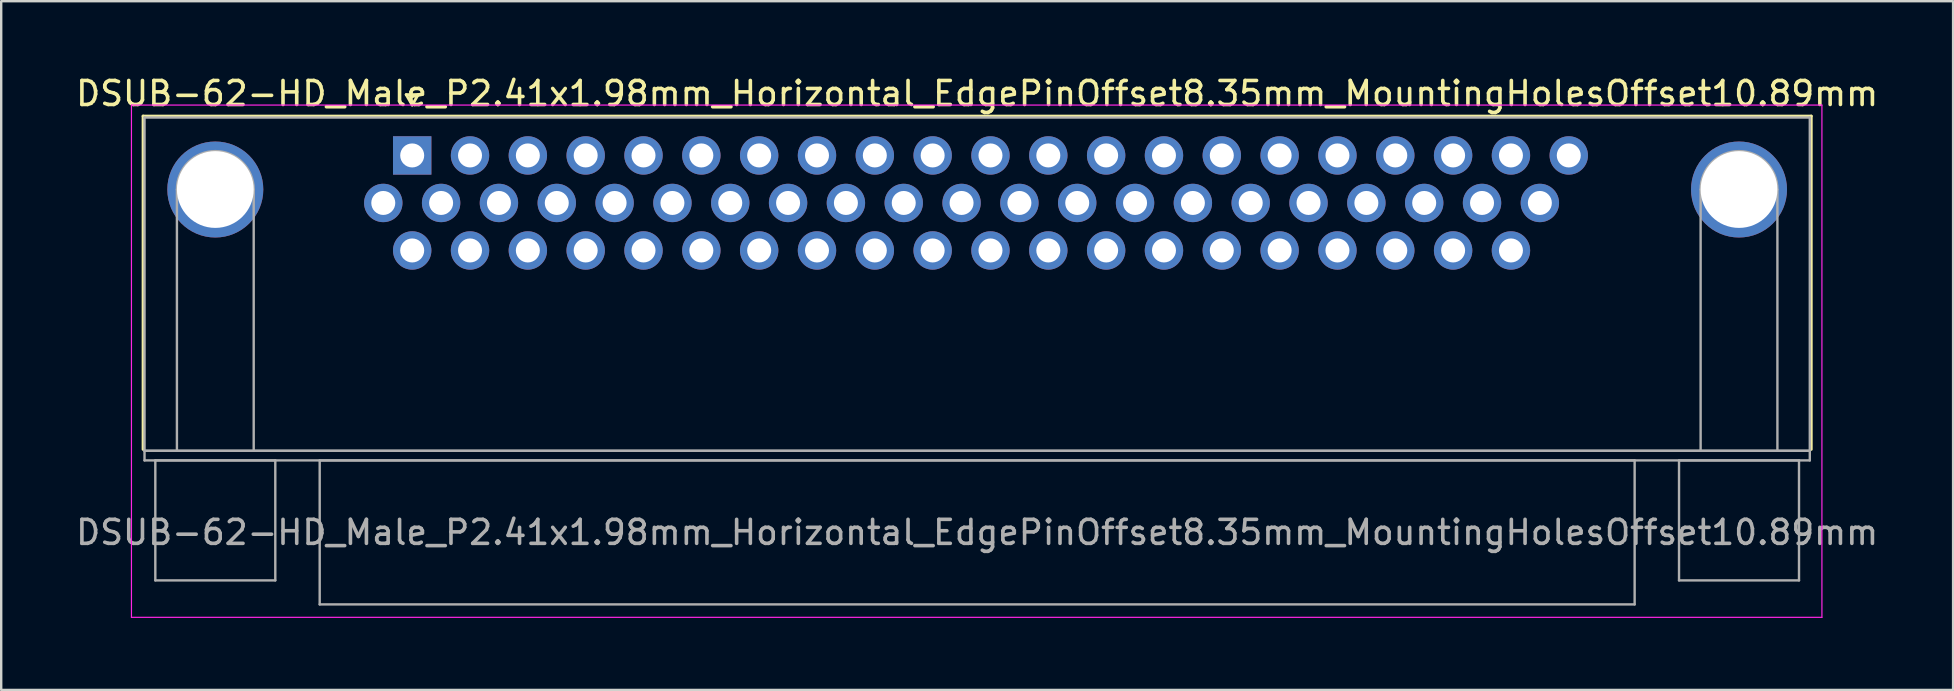
<source format=kicad_pcb>
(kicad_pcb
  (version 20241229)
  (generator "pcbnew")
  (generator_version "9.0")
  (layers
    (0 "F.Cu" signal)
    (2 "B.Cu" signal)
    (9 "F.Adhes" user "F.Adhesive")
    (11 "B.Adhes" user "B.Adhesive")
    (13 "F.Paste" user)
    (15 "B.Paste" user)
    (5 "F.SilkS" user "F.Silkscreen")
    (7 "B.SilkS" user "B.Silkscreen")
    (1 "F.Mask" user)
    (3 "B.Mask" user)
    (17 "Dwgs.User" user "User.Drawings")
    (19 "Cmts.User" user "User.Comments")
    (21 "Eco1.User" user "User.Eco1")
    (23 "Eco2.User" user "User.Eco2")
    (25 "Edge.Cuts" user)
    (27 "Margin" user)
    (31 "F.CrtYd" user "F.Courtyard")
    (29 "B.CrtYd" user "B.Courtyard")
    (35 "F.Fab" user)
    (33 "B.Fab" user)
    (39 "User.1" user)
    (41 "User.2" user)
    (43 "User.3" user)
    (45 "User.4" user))
  (footprint "DSUB-62-HD_Male_P2.41x1.98mm_Horizontal_EdgePinOffset8.35mm_MountingHolesOffset10.89mm"
    (layer "F.Cu")
    (at 14.128 3.428)
    (property "Reference" "DSUB-62-HD_Male_P2.41x1.98mm_Horizontal_EdgePinOffset8.35mm_MountingHolesOffset10.89mm" (at 23.545 -2.58 0) (layer "F.SilkS") (effects (font (size 1 1) (thickness 0.15))))
    (attr through_hole)
    (fp_line (start -11.215 -1.64) (end 58.305 -1.64) (stroke (width 0.12) (type solid)) (layer "F.SilkS"))
    (fp_line (start -11.215 12.25) (end -11.215 -1.64) (stroke (width 0.12) (type solid)) (layer "F.SilkS"))
    (fp_line (start -0.25 -2.534) (end 0.25 -2.534) (stroke (width 0.12) (type solid)) (layer "F.SilkS"))
    (fp_line (start 0 -2.101) (end -0.25 -2.534) (stroke (width 0.12) (type solid)) (layer "F.SilkS"))
    (fp_line (start 0.25 -2.534) (end 0 -2.101) (stroke (width 0.12) (type solid)) (layer "F.SilkS"))
    (fp_line (start 58.305 -1.64) (end 58.305 12.25) (stroke (width 0.12) (type solid)) (layer "F.SilkS"))
    (fp_line (start -11.7 -2.1) (end -11.7 19.25) (stroke (width 0.05) (type solid)) (layer "F.CrtYd"))
    (fp_line (start -11.7 19.25) (end 58.75 19.25) (stroke (width 0.05) (type solid)) (layer "F.CrtYd"))
    (fp_line (start 58.75 -2.1) (end -11.7 -2.1) (stroke (width 0.05) (type solid)) (layer "F.CrtYd"))
    (fp_line (start 58.75 19.25) (end 58.75 -2.1) (stroke (width 0.05) (type solid)) (layer "F.CrtYd"))
    (fp_line (start -11.155 -1.58) (end -11.155 12.31) (stroke (width 0.1) (type solid)) (layer "F.Fab"))
    (fp_line (start -11.155 12.31) (end -11.155 12.71) (stroke (width 0.1) (type solid)) (layer "F.Fab"))
    (fp_line (start -11.155 12.31) (end 58.245 12.31) (stroke (width 0.1) (type solid)) (layer "F.Fab"))
    (fp_line (start -11.155 12.71) (end 58.245 12.71) (stroke (width 0.1) (type solid)) (layer "F.Fab"))
    (fp_line (start -10.705 12.71) (end -10.705 17.71) (stroke (width 0.1) (type solid)) (layer "F.Fab"))
    (fp_line (start -10.705 17.71) (end -5.705 17.71) (stroke (width 0.1) (type solid)) (layer "F.Fab"))
    (fp_line (start -9.805 12.31) (end -9.805 1.42) (stroke (width 0.1) (type solid)) (layer "F.Fab"))
    (fp_line (start -6.605 12.31) (end -6.605 1.42) (stroke (width 0.1) (type solid)) (layer "F.Fab"))
    (fp_line (start -5.705 12.71) (end -10.705 12.71) (stroke (width 0.1) (type solid)) (layer "F.Fab"))
    (fp_line (start -5.705 17.71) (end -5.705 12.71) (stroke (width 0.1) (type solid)) (layer "F.Fab"))
    (fp_line (start -3.855 12.71) (end -3.855 18.71) (stroke (width 0.1) (type solid)) (layer "F.Fab"))
    (fp_line (start -3.855 18.71) (end 50.945 18.71) (stroke (width 0.1) (type solid)) (layer "F.Fab"))
    (fp_line (start 50.945 12.71) (end -3.855 12.71) (stroke (width 0.1) (type solid)) (layer "F.Fab"))
    (fp_line (start 50.945 18.71) (end 50.945 12.71) (stroke (width 0.1) (type solid)) (layer "F.Fab"))
    (fp_line (start 52.795 12.71) (end 52.795 17.71) (stroke (width 0.1) (type solid)) (layer "F.Fab"))
    (fp_line (start 52.795 17.71) (end 57.795 17.71) (stroke (width 0.1) (type solid)) (layer "F.Fab"))
    (fp_line (start 53.695 12.31) (end 53.695 1.42) (stroke (width 0.1) (type solid)) (layer "F.Fab"))
    (fp_line (start 56.895 12.31) (end 56.895 1.42) (stroke (width 0.1) (type solid)) (layer "F.Fab"))
    (fp_line (start 57.795 12.71) (end 52.795 12.71) (stroke (width 0.1) (type solid)) (layer "F.Fab"))
    (fp_line (start 57.795 17.71) (end 57.795 12.71) (stroke (width 0.1) (type solid)) (layer "F.Fab"))
    (fp_line (start 58.245 -1.58) (end -11.155 -1.58) (stroke (width 0.1) (type solid)) (layer "F.Fab"))
    (fp_line (start 58.245 12.31) (end -11.155 12.31) (stroke (width 0.1) (type solid)) (layer "F.Fab"))
    (fp_line (start 58.245 12.31) (end 58.245 -1.58) (stroke (width 0.1) (type solid)) (layer "F.Fab"))
    (fp_line (start 58.245 12.71) (end 58.245 12.31) (stroke (width 0.1) (type solid)) (layer "F.Fab"))
    (fp_arc (start -9.805 1.42) (mid -8.205 -0.18) (end -6.605 1.42) (stroke (width 0.1) (type solid)) (layer "F.Fab"))
    (fp_arc (start 53.695 1.42) (mid 55.295 -0.18) (end 56.895 1.42) (stroke (width 0.1) (type solid)) (layer "F.Fab"))
    (fp_text user "${REFERENCE}" (at 23.545 15.71 0) (layer "F.Fab") (effects (font (size 1 1) (thickness 0.15))))
    (pad "0" thru_hole circle (at -8.205 1.42) (size 4 4) (drill 3.2) (layers "*.Cu" "*.Mask"))
    (pad "0" thru_hole circle (at 55.295 1.42) (size 4 4) (drill 3.2) (layers "*.Cu" "*.Mask"))
    (pad "1" thru_hole rect (at 0 0) (size 1.6 1.6) (drill 1) (layers "*.Cu" "*.Mask"))
    (pad "2" thru_hole circle (at 2.41 0) (size 1.6 1.6) (drill 1) (layers "*.Cu" "*.Mask"))
    (pad "3" thru_hole circle (at 4.82 0) (size 1.6 1.6) (drill 1) (layers "*.Cu" "*.Mask"))
    (pad "4" thru_hole circle (at 7.23 0) (size 1.6 1.6) (drill 1) (layers "*.Cu" "*.Mask"))
    (pad "5" thru_hole circle (at 9.64 0) (size 1.6 1.6) (drill 1) (layers "*.Cu" "*.Mask"))
    (pad "6" thru_hole circle (at 12.05 0) (size 1.6 1.6) (drill 1) (layers "*.Cu" "*.Mask"))
    (pad "7" thru_hole circle (at 14.46 0) (size 1.6 1.6) (drill 1) (layers "*.Cu" "*.Mask"))
    (pad "8" thru_hole circle (at 16.87 0) (size 1.6 1.6) (drill 1) (layers "*.Cu" "*.Mask"))
    (pad "9" thru_hole circle (at 19.28 0) (size 1.6 1.6) (drill 1) (layers "*.Cu" "*.Mask"))
    (pad "10" thru_hole circle (at 21.69 0) (size 1.6 1.6) (drill 1) (layers "*.Cu" "*.Mask"))
    (pad "11" thru_hole circle (at 24.1 0) (size 1.6 1.6) (drill 1) (layers "*.Cu" "*.Mask"))
    (pad "12" thru_hole circle (at 26.51 0) (size 1.6 1.6) (drill 1) (layers "*.Cu" "*.Mask"))
    (pad "13" thru_hole circle (at 28.92 0) (size 1.6 1.6) (drill 1) (layers "*.Cu" "*.Mask"))
    (pad "14" thru_hole circle (at 31.33 0) (size 1.6 1.6) (drill 1) (layers "*.Cu" "*.Mask"))
    (pad "15" thru_hole circle (at 33.74 0) (size 1.6 1.6) (drill 1) (layers "*.Cu" "*.Mask"))
    (pad "16" thru_hole circle (at 36.15 0) (size 1.6 1.6) (drill 1) (layers "*.Cu" "*.Mask"))
    (pad "17" thru_hole circle (at 38.56 0) (size 1.6 1.6) (drill 1) (layers "*.Cu" "*.Mask"))
    (pad "18" thru_hole circle (at 40.97 0) (size 1.6 1.6) (drill 1) (layers "*.Cu" "*.Mask"))
    (pad "19" thru_hole circle (at 43.38 0) (size 1.6 1.6) (drill 1) (layers "*.Cu" "*.Mask"))
    (pad "20" thru_hole circle (at 45.79 0) (size 1.6 1.6) (drill 1) (layers "*.Cu" "*.Mask"))
    (pad "21" thru_hole circle (at 48.2 0) (size 1.6 1.6) (drill 1) (layers "*.Cu" "*.Mask"))
    (pad "22" thru_hole circle (at -1.205 1.98) (size 1.6 1.6) (drill 1) (layers "*.Cu" "*.Mask"))
    (pad "23" thru_hole circle (at 1.205 1.98) (size 1.6 1.6) (drill 1) (layers "*.Cu" "*.Mask"))
    (pad "24" thru_hole circle (at 3.615 1.98) (size 1.6 1.6) (drill 1) (layers "*.Cu" "*.Mask"))
    (pad "25" thru_hole circle (at 6.025 1.98) (size 1.6 1.6) (drill 1) (layers "*.Cu" "*.Mask"))
    (pad "26" thru_hole circle (at 8.435 1.98) (size 1.6 1.6) (drill 1) (layers "*.Cu" "*.Mask"))
    (pad "27" thru_hole circle (at 10.845 1.98) (size 1.6 1.6) (drill 1) (layers "*.Cu" "*.Mask"))
    (pad "28" thru_hole circle (at 13.255 1.98) (size 1.6 1.6) (drill 1) (layers "*.Cu" "*.Mask"))
    (pad "29" thru_hole circle (at 15.665 1.98) (size 1.6 1.6) (drill 1) (layers "*.Cu" "*.Mask"))
    (pad "30" thru_hole circle (at 18.075 1.98) (size 1.6 1.6) (drill 1) (layers "*.Cu" "*.Mask"))
    (pad "31" thru_hole circle (at 20.485 1.98) (size 1.6 1.6) (drill 1) (layers "*.Cu" "*.Mask"))
    (pad "32" thru_hole circle (at 22.895 1.98) (size 1.6 1.6) (drill 1) (layers "*.Cu" "*.Mask"))
    (pad "33" thru_hole circle (at 25.305 1.98) (size 1.6 1.6) (drill 1) (layers "*.Cu" "*.Mask"))
    (pad "34" thru_hole circle (at 27.715 1.98) (size 1.6 1.6) (drill 1) (layers "*.Cu" "*.Mask"))
    (pad "35" thru_hole circle (at 30.125 1.98) (size 1.6 1.6) (drill 1) (layers "*.Cu" "*.Mask"))
    (pad "36" thru_hole circle (at 32.535 1.98) (size 1.6 1.6) (drill 1) (layers "*.Cu" "*.Mask"))
    (pad "37" thru_hole circle (at 34.945 1.98) (size 1.6 1.6) (drill 1) (layers "*.Cu" "*.Mask"))
    (pad "38" thru_hole circle (at 37.355 1.98) (size 1.6 1.6) (drill 1) (layers "*.Cu" "*.Mask"))
    (pad "39" thru_hole circle (at 39.765 1.98) (size 1.6 1.6) (drill 1) (layers "*.Cu" "*.Mask"))
    (pad "40" thru_hole circle (at 42.175 1.98) (size 1.6 1.6) (drill 1) (layers "*.Cu" "*.Mask"))
    (pad "41" thru_hole circle (at 44.585 1.98) (size 1.6 1.6) (drill 1) (layers "*.Cu" "*.Mask"))
    (pad "42" thru_hole circle (at 46.995 1.98) (size 1.6 1.6) (drill 1) (layers "*.Cu" "*.Mask"))
    (pad "43" thru_hole circle (at 0 3.96) (size 1.6 1.6) (drill 1) (layers "*.Cu" "*.Mask"))
    (pad "44" thru_hole circle (at 2.41 3.96) (size 1.6 1.6) (drill 1) (layers "*.Cu" "*.Mask"))
    (pad "45" thru_hole circle (at 4.82 3.96) (size 1.6 1.6) (drill 1) (layers "*.Cu" "*.Mask"))
    (pad "46" thru_hole circle (at 7.23 3.96) (size 1.6 1.6) (drill 1) (layers "*.Cu" "*.Mask"))
    (pad "47" thru_hole circle (at 9.64 3.96) (size 1.6 1.6) (drill 1) (layers "*.Cu" "*.Mask"))
    (pad "48" thru_hole circle (at 12.05 3.96) (size 1.6 1.6) (drill 1) (layers "*.Cu" "*.Mask"))
    (pad "49" thru_hole circle (at 14.46 3.96) (size 1.6 1.6) (drill 1) (layers "*.Cu" "*.Mask"))
    (pad "50" thru_hole circle (at 16.87 3.96) (size 1.6 1.6) (drill 1) (layers "*.Cu" "*.Mask"))
    (pad "51" thru_hole circle (at 19.28 3.96) (size 1.6 1.6) (drill 1) (layers "*.Cu" "*.Mask"))
    (pad "52" thru_hole circle (at 21.69 3.96) (size 1.6 1.6) (drill 1) (layers "*.Cu" "*.Mask"))
    (pad "53" thru_hole circle (at 24.1 3.96) (size 1.6 1.6) (drill 1) (layers "*.Cu" "*.Mask"))
    (pad "54" thru_hole circle (at 26.51 3.96) (size 1.6 1.6) (drill 1) (layers "*.Cu" "*.Mask"))
    (pad "55" thru_hole circle (at 28.92 3.96) (size 1.6 1.6) (drill 1) (layers "*.Cu" "*.Mask"))
    (pad "56" thru_hole circle (at 31.33 3.96) (size 1.6 1.6) (drill 1) (layers "*.Cu" "*.Mask"))
    (pad "57" thru_hole circle (at 33.74 3.96) (size 1.6 1.6) (drill 1) (layers "*.Cu" "*.Mask"))
    (pad "58" thru_hole circle (at 36.15 3.96) (size 1.6 1.6) (drill 1) (layers "*.Cu" "*.Mask"))
    (pad "59" thru_hole circle (at 38.56 3.96) (size 1.6 1.6) (drill 1) (layers "*.Cu" "*.Mask"))
    (pad "60" thru_hole circle (at 40.97 3.96) (size 1.6 1.6) (drill 1) (layers "*.Cu" "*.Mask"))
    (pad "61" thru_hole circle (at 43.38 3.96) (size 1.6 1.6) (drill 1) (layers "*.Cu" "*.Mask"))
    (pad "62" thru_hole circle (at 45.79 3.96) (size 1.6 1.6) (drill 1) (layers "*.Cu" "*.Mask")))
  (gr_rect
    (start -3 -3)
    (end 78.345 25.703)
    (stroke (width 0.1) (type default))
    (fill no)
    (layer "Edge.Cuts")))
</source>
